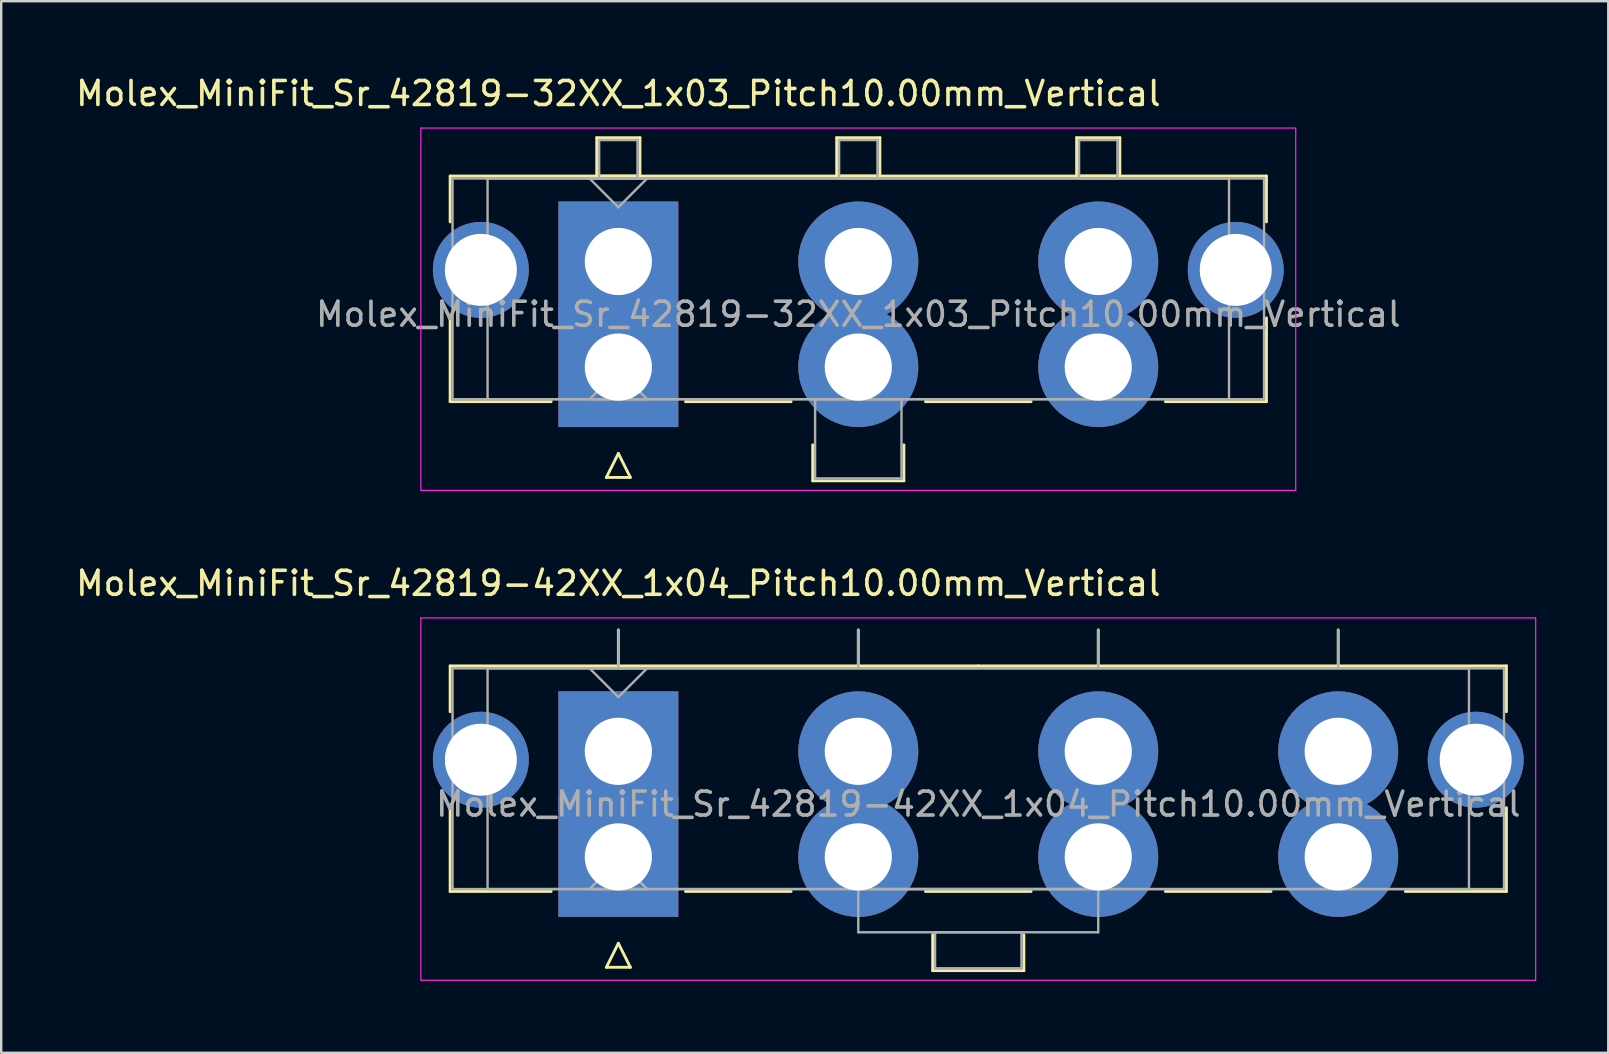
<source format=kicad_pcb>
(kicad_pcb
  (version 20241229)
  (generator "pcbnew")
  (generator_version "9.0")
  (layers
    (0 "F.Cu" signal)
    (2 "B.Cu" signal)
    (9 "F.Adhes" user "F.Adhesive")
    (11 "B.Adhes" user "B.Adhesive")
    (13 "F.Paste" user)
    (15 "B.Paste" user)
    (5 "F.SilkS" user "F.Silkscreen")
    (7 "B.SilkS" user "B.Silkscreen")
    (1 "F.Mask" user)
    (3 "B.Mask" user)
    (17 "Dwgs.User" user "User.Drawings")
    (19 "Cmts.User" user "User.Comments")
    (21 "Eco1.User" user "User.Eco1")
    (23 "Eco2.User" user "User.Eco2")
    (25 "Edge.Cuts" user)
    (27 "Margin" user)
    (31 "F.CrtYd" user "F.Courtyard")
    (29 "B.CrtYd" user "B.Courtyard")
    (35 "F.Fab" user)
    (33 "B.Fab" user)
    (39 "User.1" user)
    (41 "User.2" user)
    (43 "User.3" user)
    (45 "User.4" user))
  (footprint "Molex_MiniFit_Sr_42819-42XX_1x04_Pitch10.00mm_Vertical"
    (layer "F.Cu")
    (at 22.72 28.262)
    (property "Reference" "Molex_MiniFit_Sr_42819-42XX_1x04_Pitch10.00mm_Vertical" (at 0 -7 0) (layer "F.SilkS") (effects (font (size 1 1) (thickness 0.15))))
    (attr through_hole)
    (fp_line (start -7.01 -3.56) (end -7.01 -1.65) (stroke (width 0.12) (type solid)) (layer "F.SilkS"))
    (fp_line (start -7.01 2.35) (end -7.01 5.84) (stroke (width 0.12) (type solid)) (layer "F.SilkS"))
    (fp_line (start -7.01 5.84) (end -2.8 5.84) (stroke (width 0.12) (type solid)) (layer "F.SilkS"))
    (fp_line (start -0.5 9) (end 0 8) (stroke (width 0.12) (type solid)) (layer "F.SilkS"))
    (fp_line (start 0 -3.56) (end 0 -5.06) (stroke (width 0.12) (type solid)) (layer "F.SilkS"))
    (fp_line (start 0 8) (end 0.5 9) (stroke (width 0.12) (type solid)) (layer "F.SilkS"))
    (fp_line (start 0.5 9) (end -0.5 9) (stroke (width 0.12) (type solid)) (layer "F.SilkS"))
    (fp_line (start 2.8 5.84) (end 7.2 5.84) (stroke (width 0.12) (type solid)) (layer "F.SilkS"))
    (fp_line (start 10 -3.56) (end 10 -5.06) (stroke (width 0.12) (type solid)) (layer "F.SilkS"))
    (fp_line (start 12.8 5.84) (end 17.2 5.84) (stroke (width 0.12) (type solid)) (layer "F.SilkS"))
    (fp_line (start 13.1 7.64) (end 13.1 9.14) (stroke (width 0.12) (type solid)) (layer "F.SilkS"))
    (fp_line (start 13.1 9.14) (end 16.9 9.14) (stroke (width 0.12) (type solid)) (layer "F.SilkS"))
    (fp_line (start 15 -3.56) (end -7.01 -3.56) (stroke (width 0.12) (type solid)) (layer "F.SilkS"))
    (fp_line (start 15 -3.56) (end 37.01 -3.56) (stroke (width 0.12) (type solid)) (layer "F.SilkS"))
    (fp_line (start 16.9 9.14) (end 16.9 7.64) (stroke (width 0.12) (type solid)) (layer "F.SilkS"))
    (fp_line (start 20 -3.56) (end 20 -5.06) (stroke (width 0.12) (type solid)) (layer "F.SilkS"))
    (fp_line (start 22.8 5.84) (end 27.2 5.84) (stroke (width 0.12) (type solid)) (layer "F.SilkS"))
    (fp_line (start 30 -3.56) (end 30 -5.06) (stroke (width 0.12) (type solid)) (layer "F.SilkS"))
    (fp_line (start 37.01 -3.56) (end 37.01 -1.65) (stroke (width 0.12) (type solid)) (layer "F.SilkS"))
    (fp_line (start 37.01 2.35) (end 37.01 5.84) (stroke (width 0.12) (type solid)) (layer "F.SilkS"))
    (fp_line (start 37.01 5.84) (end 32.8 5.84) (stroke (width 0.12) (type solid)) (layer "F.SilkS"))
    (fp_line (start -8.23 -5.56) (end -8.23 9.54) (stroke (width 0.05) (type solid)) (layer "F.CrtYd"))
    (fp_line (start -8.23 9.54) (end 38.23 9.54) (stroke (width 0.05) (type solid)) (layer "F.CrtYd"))
    (fp_line (start 38.23 -5.56) (end -8.23 -5.56) (stroke (width 0.05) (type solid)) (layer "F.CrtYd"))
    (fp_line (start 38.23 9.54) (end 38.23 -5.56) (stroke (width 0.05) (type solid)) (layer "F.CrtYd"))
    (fp_line (start -6.91 -3.46) (end -6.91 5.74) (stroke (width 0.1) (type solid)) (layer "F.Fab"))
    (fp_line (start -6.91 5.74) (end 36.91 5.74) (stroke (width 0.1) (type solid)) (layer "F.Fab"))
    (fp_line (start -5.45 -3.46) (end -5.45 5.74) (stroke (width 0.1) (type solid)) (layer "F.Fab"))
    (fp_line (start -5.45 5.74) (end 35.45 5.74) (stroke (width 0.1) (type solid)) (layer "F.Fab"))
    (fp_line (start -1.2 -3.46) (end 0 -2.26) (stroke (width 0.1) (type solid)) (layer "F.Fab"))
    (fp_line (start -1.2 5.74) (end 0 4.54) (stroke (width 0.1) (type solid)) (layer "F.Fab"))
    (fp_line (start 0 -3.46) (end 0 -5.06) (stroke (width 0.1) (type solid)) (layer "F.Fab"))
    (fp_line (start 0 -2.26) (end 1.2 -3.46) (stroke (width 0.1) (type solid)) (layer "F.Fab"))
    (fp_line (start 0 4.54) (end 1.2 5.74) (stroke (width 0.1) (type solid)) (layer "F.Fab"))
    (fp_line (start 1.2 -3.46) (end -1.2 -3.46) (stroke (width 0.1) (type solid)) (layer "F.Fab"))
    (fp_line (start 1.2 5.74) (end -1.2 5.74) (stroke (width 0.1) (type solid)) (layer "F.Fab"))
    (fp_line (start 10 -3.46) (end 10 -5.06) (stroke (width 0.1) (type solid)) (layer "F.Fab"))
    (fp_line (start 10 5.74) (end 10 7.54) (stroke (width 0.1) (type solid)) (layer "F.Fab"))
    (fp_line (start 10 7.54) (end 20 7.54) (stroke (width 0.1) (type solid)) (layer "F.Fab"))
    (fp_line (start 13.2 7.54) (end 13.2 9.04) (stroke (width 0.1) (type solid)) (layer "F.Fab"))
    (fp_line (start 13.2 9.04) (end 16.8 9.04) (stroke (width 0.1) (type solid)) (layer "F.Fab"))
    (fp_line (start 16.8 7.54) (end 13.2 7.54) (stroke (width 0.1) (type solid)) (layer "F.Fab"))
    (fp_line (start 16.8 9.04) (end 16.8 7.54) (stroke (width 0.1) (type solid)) (layer "F.Fab"))
    (fp_line (start 20 -3.46) (end 20 -5.06) (stroke (width 0.1) (type solid)) (layer "F.Fab"))
    (fp_line (start 20 5.74) (end 10 5.74) (stroke (width 0.1) (type solid)) (layer "F.Fab"))
    (fp_line (start 20 7.54) (end 20 5.74) (stroke (width 0.1) (type solid)) (layer "F.Fab"))
    (fp_line (start 30 -3.46) (end 30 -5.06) (stroke (width 0.1) (type solid)) (layer "F.Fab"))
    (fp_line (start 35.45 -3.46) (end -5.45 -3.46) (stroke (width 0.1) (type solid)) (layer "F.Fab"))
    (fp_line (start 35.45 5.74) (end 35.45 -3.46) (stroke (width 0.1) (type solid)) (layer "F.Fab"))
    (fp_line (start 36.91 -3.46) (end -6.91 -3.46) (stroke (width 0.1) (type solid)) (layer "F.Fab"))
    (fp_line (start 36.91 5.74) (end 36.91 -3.46) (stroke (width 0.1) (type solid)) (layer "F.Fab"))
    (fp_text user "${REFERENCE}" (at 15 2.2 0) (layer "F.Fab") (effects (font (size 1 1) (thickness 0.15))))
    (pad "" thru_hole circle (at -5.73 0.35) (size 4 4) (drill 3) (layers "*.Cu" "*.Mask"))
    (pad "" thru_hole circle (at 35.73 0.35) (size 4 4) (drill 3) (layers "*.Cu" "*.Mask"))
    (pad "1" thru_hole rect (at 0 0) (size 5 5) (drill 2.8) (layers "*.Cu" "*.Mask"))
    (pad "1" thru_hole rect (at 0 4.4) (size 5 5) (drill 2.8) (layers "*.Cu" "*.Mask"))
    (pad "2" thru_hole circle (at 10 0) (size 5 5) (drill 2.8) (layers "*.Cu" "*.Mask"))
    (pad "2" thru_hole circle (at 10 4.4) (size 5 5) (drill 2.8) (layers "*.Cu" "*.Mask"))
    (pad "3" thru_hole circle (at 20 0) (size 5 5) (drill 2.8) (layers "*.Cu" "*.Mask"))
    (pad "3" thru_hole circle (at 20 4.4) (size 5 5) (drill 2.8) (layers "*.Cu" "*.Mask"))
    (pad "4" thru_hole circle (at 30 0) (size 5 5) (drill 2.8) (layers "*.Cu" "*.Mask"))
    (pad "4" thru_hole circle (at 30 4.4) (size 5 5) (drill 2.8) (layers "*.Cu" "*.Mask")))
  (footprint "Molex_MiniFit_Sr_42819-32XX_1x03_Pitch10.00mm_Vertical"
    (layer "F.Cu")
    (at 22.72 7.848)
    (property "Reference" "Molex_MiniFit_Sr_42819-32XX_1x03_Pitch10.00mm_Vertical" (at 0 -7 0) (layer "F.SilkS") (effects (font (size 1 1) (thickness 0.15))))
    (attr through_hole)
    (fp_line (start -7.01 -3.56) (end -7.01 -1.65) (stroke (width 0.12) (type solid)) (layer "F.SilkS"))
    (fp_line (start -7.01 2.35) (end -7.01 5.84) (stroke (width 0.12) (type solid)) (layer "F.SilkS"))
    (fp_line (start -7.01 5.84) (end -2.8 5.84) (stroke (width 0.12) (type solid)) (layer "F.SilkS"))
    (fp_line (start -0.9 -5.16) (end 0.9 -5.16) (stroke (width 0.12) (type solid)) (layer "F.SilkS"))
    (fp_line (start -0.9 -3.56) (end -0.9 -5.16) (stroke (width 0.12) (type solid)) (layer "F.SilkS"))
    (fp_line (start -0.5 9) (end 0 8) (stroke (width 0.12) (type solid)) (layer "F.SilkS"))
    (fp_line (start 0 8) (end 0.5 9) (stroke (width 0.12) (type solid)) (layer "F.SilkS"))
    (fp_line (start 0.5 9) (end -0.5 9) (stroke (width 0.12) (type solid)) (layer "F.SilkS"))
    (fp_line (start 0.9 -5.16) (end 0.9 -3.56) (stroke (width 0.12) (type solid)) (layer "F.SilkS"))
    (fp_line (start 0.9 -3.56) (end -0.9 -3.56) (stroke (width 0.12) (type solid)) (layer "F.SilkS"))
    (fp_line (start 2.8 5.84) (end 7.2 5.84) (stroke (width 0.12) (type solid)) (layer "F.SilkS"))
    (fp_line (start 8.1 7.64) (end 8.1 9.14) (stroke (width 0.12) (type solid)) (layer "F.SilkS"))
    (fp_line (start 8.1 9.14) (end 11.9 9.14) (stroke (width 0.12) (type solid)) (layer "F.SilkS"))
    (fp_line (start 9.1 -5.16) (end 10.9 -5.16) (stroke (width 0.12) (type solid)) (layer "F.SilkS"))
    (fp_line (start 9.1 -3.56) (end 9.1 -5.16) (stroke (width 0.12) (type solid)) (layer "F.SilkS"))
    (fp_line (start 10 -3.56) (end -7.01 -3.56) (stroke (width 0.12) (type solid)) (layer "F.SilkS"))
    (fp_line (start 10 -3.56) (end 27.01 -3.56) (stroke (width 0.12) (type solid)) (layer "F.SilkS"))
    (fp_line (start 10.9 -5.16) (end 10.9 -3.56) (stroke (width 0.12) (type solid)) (layer "F.SilkS"))
    (fp_line (start 10.9 -3.56) (end 9.1 -3.56) (stroke (width 0.12) (type solid)) (layer "F.SilkS"))
    (fp_line (start 11.9 9.14) (end 11.9 7.64) (stroke (width 0.12) (type solid)) (layer "F.SilkS"))
    (fp_line (start 12.8 5.84) (end 17.2 5.84) (stroke (width 0.12) (type solid)) (layer "F.SilkS"))
    (fp_line (start 19.1 -5.16) (end 20.9 -5.16) (stroke (width 0.12) (type solid)) (layer "F.SilkS"))
    (fp_line (start 19.1 -3.56) (end 19.1 -5.16) (stroke (width 0.12) (type solid)) (layer "F.SilkS"))
    (fp_line (start 20.9 -5.16) (end 20.9 -3.56) (stroke (width 0.12) (type solid)) (layer "F.SilkS"))
    (fp_line (start 20.9 -3.56) (end 19.1 -3.56) (stroke (width 0.12) (type solid)) (layer "F.SilkS"))
    (fp_line (start 27.01 -3.56) (end 27.01 -1.65) (stroke (width 0.12) (type solid)) (layer "F.SilkS"))
    (fp_line (start 27.01 2.35) (end 27.01 5.84) (stroke (width 0.12) (type solid)) (layer "F.SilkS"))
    (fp_line (start 27.01 5.84) (end 22.8 5.84) (stroke (width 0.12) (type solid)) (layer "F.SilkS"))
    (fp_line (start -8.23 -5.56) (end -8.23 9.54) (stroke (width 0.05) (type solid)) (layer "F.CrtYd"))
    (fp_line (start -8.23 9.54) (end 28.23 9.54) (stroke (width 0.05) (type solid)) (layer "F.CrtYd"))
    (fp_line (start 28.23 -5.56) (end -8.23 -5.56) (stroke (width 0.05) (type solid)) (layer "F.CrtYd"))
    (fp_line (start 28.23 9.54) (end 28.23 -5.56) (stroke (width 0.05) (type solid)) (layer "F.CrtYd"))
    (fp_line (start -6.91 -3.46) (end -6.91 5.74) (stroke (width 0.1) (type solid)) (layer "F.Fab"))
    (fp_line (start -6.91 5.74) (end 26.91 5.74) (stroke (width 0.1) (type solid)) (layer "F.Fab"))
    (fp_line (start -5.45 -3.46) (end -5.45 5.74) (stroke (width 0.1) (type solid)) (layer "F.Fab"))
    (fp_line (start -5.45 5.74) (end 25.45 5.74) (stroke (width 0.1) (type solid)) (layer "F.Fab"))
    (fp_line (start -1.2 -3.46) (end 0 -2.26) (stroke (width 0.1) (type solid)) (layer "F.Fab"))
    (fp_line (start -1.2 5.74) (end 0 4.54) (stroke (width 0.1) (type solid)) (layer "F.Fab"))
    (fp_line (start -0.8 -5.06) (end 0.8 -5.06) (stroke (width 0.1) (type solid)) (layer "F.Fab"))
    (fp_line (start -0.8 -3.46) (end -0.8 -5.06) (stroke (width 0.1) (type solid)) (layer "F.Fab"))
    (fp_line (start 0 -2.26) (end 1.2 -3.46) (stroke (width 0.1) (type solid)) (layer "F.Fab"))
    (fp_line (start 0 4.54) (end 1.2 5.74) (stroke (width 0.1) (type solid)) (layer "F.Fab"))
    (fp_line (start 0.8 -5.06) (end 0.8 -3.46) (stroke (width 0.1) (type solid)) (layer "F.Fab"))
    (fp_line (start 0.8 -3.46) (end -0.8 -3.46) (stroke (width 0.1) (type solid)) (layer "F.Fab"))
    (fp_line (start 1.2 -3.46) (end -1.2 -3.46) (stroke (width 0.1) (type solid)) (layer "F.Fab"))
    (fp_line (start 1.2 5.74) (end -1.2 5.74) (stroke (width 0.1) (type solid)) (layer "F.Fab"))
    (fp_line (start 8.2 5.74) (end 8.2 9.04) (stroke (width 0.1) (type solid)) (layer "F.Fab"))
    (fp_line (start 8.2 9.04) (end 11.8 9.04) (stroke (width 0.1) (type solid)) (layer "F.Fab"))
    (fp_line (start 9.2 -5.06) (end 10.8 -5.06) (stroke (width 0.1) (type solid)) (layer "F.Fab"))
    (fp_line (start 9.2 -3.46) (end 9.2 -5.06) (stroke (width 0.1) (type solid)) (layer "F.Fab"))
    (fp_line (start 10.8 -5.06) (end 10.8 -3.46) (stroke (width 0.1) (type solid)) (layer "F.Fab"))
    (fp_line (start 10.8 -3.46) (end 9.2 -3.46) (stroke (width 0.1) (type solid)) (layer "F.Fab"))
    (fp_line (start 11.8 5.74) (end 8.2 5.74) (stroke (width 0.1) (type solid)) (layer "F.Fab"))
    (fp_line (start 11.8 9.04) (end 11.8 5.74) (stroke (width 0.1) (type solid)) (layer "F.Fab"))
    (fp_line (start 19.2 -5.06) (end 20.8 -5.06) (stroke (width 0.1) (type solid)) (layer "F.Fab"))
    (fp_line (start 19.2 -3.46) (end 19.2 -5.06) (stroke (width 0.1) (type solid)) (layer "F.Fab"))
    (fp_line (start 20.8 -5.06) (end 20.8 -3.46) (stroke (width 0.1) (type solid)) (layer "F.Fab"))
    (fp_line (start 20.8 -3.46) (end 19.2 -3.46) (stroke (width 0.1) (type solid)) (layer "F.Fab"))
    (fp_line (start 25.45 -3.46) (end -5.45 -3.46) (stroke (width 0.1) (type solid)) (layer "F.Fab"))
    (fp_line (start 25.45 5.74) (end 25.45 -3.46) (stroke (width 0.1) (type solid)) (layer "F.Fab"))
    (fp_line (start 26.91 -3.46) (end -6.91 -3.46) (stroke (width 0.1) (type solid)) (layer "F.Fab"))
    (fp_line (start 26.91 5.74) (end 26.91 -3.46) (stroke (width 0.1) (type solid)) (layer "F.Fab"))
    (fp_text user "${REFERENCE}" (at 10 2.2 0) (layer "F.Fab") (effects (font (size 1 1) (thickness 0.15))))
    (pad "" thru_hole circle (at -5.73 0.35) (size 4 4) (drill 3) (layers "*.Cu" "*.Mask"))
    (pad "" thru_hole circle (at 25.73 0.35) (size 4 4) (drill 3) (layers "*.Cu" "*.Mask"))
    (pad "1" thru_hole rect (at 0 0) (size 5 5) (drill 2.8) (layers "*.Cu" "*.Mask"))
    (pad "1" thru_hole rect (at 0 4.4) (size 5 5) (drill 2.8) (layers "*.Cu" "*.Mask"))
    (pad "2" thru_hole circle (at 10 0) (size 5 5) (drill 2.8) (layers "*.Cu" "*.Mask"))
    (pad "2" thru_hole circle (at 10 4.4) (size 5 5) (drill 2.8) (layers "*.Cu" "*.Mask"))
    (pad "3" thru_hole circle (at 20 0) (size 5 5) (drill 2.8) (layers "*.Cu" "*.Mask"))
    (pad "3" thru_hole circle (at 20 4.4) (size 5 5) (drill 2.8) (layers "*.Cu" "*.Mask")))
  (gr_rect
    (start -3 -3)
    (end 63.975 40.827)
    (stroke (width 0.1) (type default))
    (fill no)
    (layer "Edge.Cuts")))
</source>
